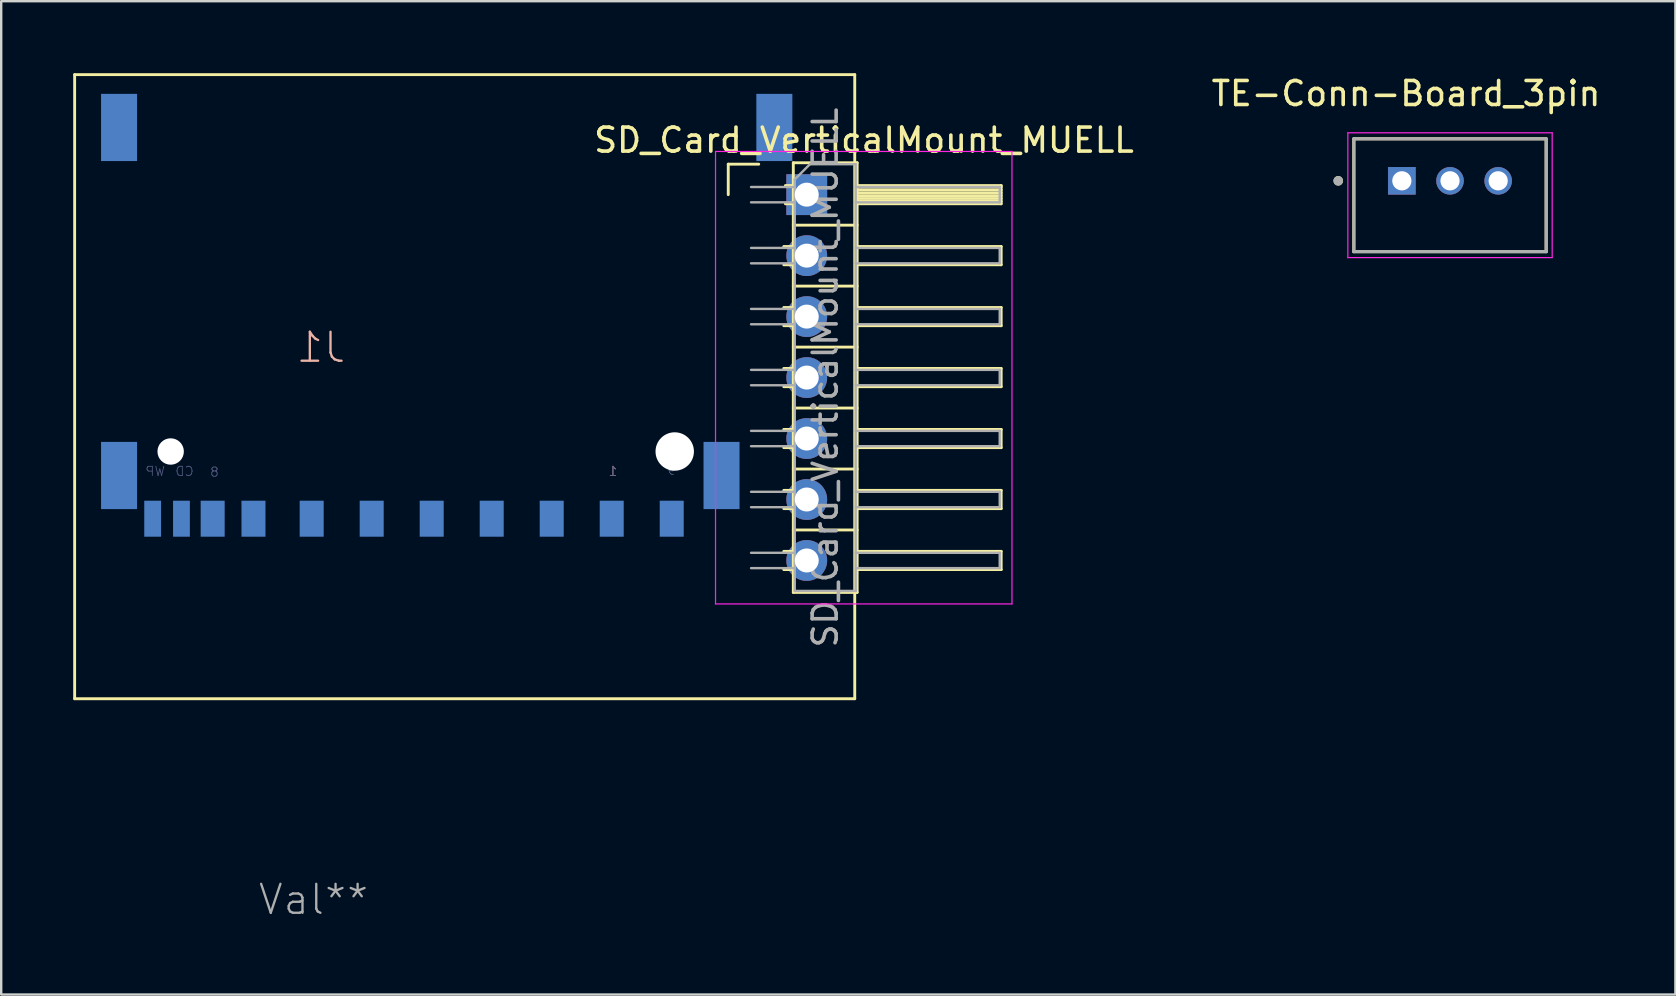
<source format=kicad_pcb>
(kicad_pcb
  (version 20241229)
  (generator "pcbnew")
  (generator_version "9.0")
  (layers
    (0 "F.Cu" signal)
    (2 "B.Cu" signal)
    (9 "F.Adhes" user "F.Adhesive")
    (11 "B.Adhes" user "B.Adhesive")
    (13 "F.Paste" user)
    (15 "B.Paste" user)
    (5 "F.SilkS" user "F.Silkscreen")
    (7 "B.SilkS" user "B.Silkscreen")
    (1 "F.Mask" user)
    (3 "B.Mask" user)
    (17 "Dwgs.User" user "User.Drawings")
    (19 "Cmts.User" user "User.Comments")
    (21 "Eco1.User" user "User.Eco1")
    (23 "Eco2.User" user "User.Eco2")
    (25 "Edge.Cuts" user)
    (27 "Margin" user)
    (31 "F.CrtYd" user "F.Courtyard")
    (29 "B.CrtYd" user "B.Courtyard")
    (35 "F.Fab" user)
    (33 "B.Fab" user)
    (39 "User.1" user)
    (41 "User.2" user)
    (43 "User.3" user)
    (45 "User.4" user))
  (footprint "SD_Card_VerticalMount_MUELL"
    (layer "F.Cu")
    (at 28.56 5.06)
    (property "Reference" "SD_Card_VerticalMount_MUELL" (at 4.385 -2.27 0) (layer "F.SilkS") (effects (font (size 1 1) (thickness 0.15))))
    (attr through_hole)
    (fp_line (start -28.5 -5) (end 4 -5) (stroke (width 0.12) (type solid)) (layer "F.SilkS"))
    (fp_line (start -28.5 21) (end -28.5 -5) (stroke (width 0.12) (type solid)) (layer "F.SilkS"))
    (fp_line (start -1.27 -1.27) (end 0 -1.27) (stroke (width 0.12) (type solid)) (layer "F.SilkS"))
    (fp_line (start -1.27 0) (end -1.27 -1.27) (stroke (width 0.12) (type solid)) (layer "F.SilkS"))
    (fp_line (start 1.043 2.16) (end 1.44 2.16) (stroke (width 0.12) (type solid)) (layer "F.SilkS"))
    (fp_line (start 1.043 2.92) (end 1.44 2.92) (stroke (width 0.12) (type solid)) (layer "F.SilkS"))
    (fp_line (start 1.043 4.7) (end 1.44 4.7) (stroke (width 0.12) (type solid)) (layer "F.SilkS"))
    (fp_line (start 1.043 5.46) (end 1.44 5.46) (stroke (width 0.12) (type solid)) (layer "F.SilkS"))
    (fp_line (start 1.043 7.24) (end 1.44 7.24) (stroke (width 0.12) (type solid)) (layer "F.SilkS"))
    (fp_line (start 1.043 8) (end 1.44 8) (stroke (width 0.12) (type solid)) (layer "F.SilkS"))
    (fp_line (start 1.043 9.78) (end 1.44 9.78) (stroke (width 0.12) (type solid)) (layer "F.SilkS"))
    (fp_line (start 1.043 10.54) (end 1.44 10.54) (stroke (width 0.12) (type solid)) (layer "F.SilkS"))
    (fp_line (start 1.043 12.32) (end 1.44 12.32) (stroke (width 0.12) (type solid)) (layer "F.SilkS"))
    (fp_line (start 1.043 13.08) (end 1.44 13.08) (stroke (width 0.12) (type solid)) (layer "F.SilkS"))
    (fp_line (start 1.043 14.86) (end 1.44 14.86) (stroke (width 0.12) (type solid)) (layer "F.SilkS"))
    (fp_line (start 1.043 15.62) (end 1.44 15.62) (stroke (width 0.12) (type solid)) (layer "F.SilkS"))
    (fp_line (start 1.11 -0.38) (end 1.44 -0.38) (stroke (width 0.12) (type solid)) (layer "F.SilkS"))
    (fp_line (start 1.11 0.38) (end 1.44 0.38) (stroke (width 0.12) (type solid)) (layer "F.SilkS"))
    (fp_line (start 1.44 -1.33) (end 1.44 16.57) (stroke (width 0.12) (type solid)) (layer "F.SilkS"))
    (fp_line (start 1.44 1.27) (end 4.1 1.27) (stroke (width 0.12) (type solid)) (layer "F.SilkS"))
    (fp_line (start 1.44 3.81) (end 4.1 3.81) (stroke (width 0.12) (type solid)) (layer "F.SilkS"))
    (fp_line (start 1.44 6.35) (end 4.1 6.35) (stroke (width 0.12) (type solid)) (layer "F.SilkS"))
    (fp_line (start 1.44 8.89) (end 4.1 8.89) (stroke (width 0.12) (type solid)) (layer "F.SilkS"))
    (fp_line (start 1.44 11.43) (end 4.1 11.43) (stroke (width 0.12) (type solid)) (layer "F.SilkS"))
    (fp_line (start 1.44 13.97) (end 4.1 13.97) (stroke (width 0.12) (type solid)) (layer "F.SilkS"))
    (fp_line (start 1.44 16.57) (end 4.1 16.57) (stroke (width 0.12) (type solid)) (layer "F.SilkS"))
    (fp_line (start 4 21) (end -28.5 21) (stroke (width 0.12) (type solid)) (layer "F.SilkS"))
    (fp_line (start 4 21) (end 4 -5) (stroke (width 0.12) (type solid)) (layer "F.SilkS"))
    (fp_line (start 4.1 -1.33) (end 1.44 -1.33) (stroke (width 0.12) (type solid)) (layer "F.SilkS"))
    (fp_line (start 4.1 -0.38) (end 10.1 -0.38) (stroke (width 0.12) (type solid)) (layer "F.SilkS"))
    (fp_line (start 4.1 -0.32) (end 10.1 -0.32) (stroke (width 0.12) (type solid)) (layer "F.SilkS"))
    (fp_line (start 4.1 -0.2) (end 10.1 -0.2) (stroke (width 0.12) (type solid)) (layer "F.SilkS"))
    (fp_line (start 4.1 -0.08) (end 10.1 -0.08) (stroke (width 0.12) (type solid)) (layer "F.SilkS"))
    (fp_line (start 4.1 0.04) (end 10.1 0.04) (stroke (width 0.12) (type solid)) (layer "F.SilkS"))
    (fp_line (start 4.1 0.16) (end 10.1 0.16) (stroke (width 0.12) (type solid)) (layer "F.SilkS"))
    (fp_line (start 4.1 0.28) (end 10.1 0.28) (stroke (width 0.12) (type solid)) (layer "F.SilkS"))
    (fp_line (start 4.1 2.16) (end 10.1 2.16) (stroke (width 0.12) (type solid)) (layer "F.SilkS"))
    (fp_line (start 4.1 4.7) (end 10.1 4.7) (stroke (width 0.12) (type solid)) (layer "F.SilkS"))
    (fp_line (start 4.1 7.24) (end 10.1 7.24) (stroke (width 0.12) (type solid)) (layer "F.SilkS"))
    (fp_line (start 4.1 9.78) (end 10.1 9.78) (stroke (width 0.12) (type solid)) (layer "F.SilkS"))
    (fp_line (start 4.1 12.32) (end 10.1 12.32) (stroke (width 0.12) (type solid)) (layer "F.SilkS"))
    (fp_line (start 4.1 14.86) (end 10.1 14.86) (stroke (width 0.12) (type solid)) (layer "F.SilkS"))
    (fp_line (start 4.1 16.57) (end 4.1 -1.33) (stroke (width 0.12) (type solid)) (layer "F.SilkS"))
    (fp_line (start 10.1 -0.38) (end 10.1 0.38) (stroke (width 0.12) (type solid)) (layer "F.SilkS"))
    (fp_line (start 10.1 0.38) (end 4.1 0.38) (stroke (width 0.12) (type solid)) (layer "F.SilkS"))
    (fp_line (start 10.1 2.16) (end 10.1 2.92) (stroke (width 0.12) (type solid)) (layer "F.SilkS"))
    (fp_line (start 10.1 2.92) (end 4.1 2.92) (stroke (width 0.12) (type solid)) (layer "F.SilkS"))
    (fp_line (start 10.1 4.7) (end 10.1 5.46) (stroke (width 0.12) (type solid)) (layer "F.SilkS"))
    (fp_line (start 10.1 5.46) (end 4.1 5.46) (stroke (width 0.12) (type solid)) (layer "F.SilkS"))
    (fp_line (start 10.1 7.24) (end 10.1 8) (stroke (width 0.12) (type solid)) (layer "F.SilkS"))
    (fp_line (start 10.1 8) (end 4.1 8) (stroke (width 0.12) (type solid)) (layer "F.SilkS"))
    (fp_line (start 10.1 9.78) (end 10.1 10.54) (stroke (width 0.12) (type solid)) (layer "F.SilkS"))
    (fp_line (start 10.1 10.54) (end 4.1 10.54) (stroke (width 0.12) (type solid)) (layer "F.SilkS"))
    (fp_line (start 10.1 12.32) (end 10.1 13.08) (stroke (width 0.12) (type solid)) (layer "F.SilkS"))
    (fp_line (start 10.1 13.08) (end 4.1 13.08) (stroke (width 0.12) (type solid)) (layer "F.SilkS"))
    (fp_line (start 10.1 14.86) (end 10.1 15.62) (stroke (width 0.12) (type solid)) (layer "F.SilkS"))
    (fp_line (start 10.1 15.62) (end 4.1 15.62) (stroke (width 0.12) (type solid)) (layer "F.SilkS"))
    (fp_line (start -1.8 -1.8) (end -1.8 17.05) (stroke (width 0.05) (type solid)) (layer "F.CrtYd"))
    (fp_line (start -1.8 17.05) (end 10.55 17.05) (stroke (width 0.05) (type solid)) (layer "F.CrtYd"))
    (fp_line (start 10.55 -1.8) (end -1.8 -1.8) (stroke (width 0.05) (type solid)) (layer "F.CrtYd"))
    (fp_line (start 10.55 17.05) (end 10.55 -1.8) (stroke (width 0.05) (type solid)) (layer "F.CrtYd"))
    (fp_line (start -0.32 -0.32) (end 1.5 -0.32) (stroke (width 0.1) (type solid)) (layer "F.Fab"))
    (fp_line (start -0.32 0.32) (end 1.5 0.32) (stroke (width 0.1) (type solid)) (layer "F.Fab"))
    (fp_line (start -0.32 2.22) (end 1.5 2.22) (stroke (width 0.1) (type solid)) (layer "F.Fab"))
    (fp_line (start -0.32 2.86) (end 1.5 2.86) (stroke (width 0.1) (type solid)) (layer "F.Fab"))
    (fp_line (start -0.32 4.76) (end 1.5 4.76) (stroke (width 0.1) (type solid)) (layer "F.Fab"))
    (fp_line (start -0.32 5.4) (end 1.5 5.4) (stroke (width 0.1) (type solid)) (layer "F.Fab"))
    (fp_line (start -0.32 7.3) (end 1.5 7.3) (stroke (width 0.1) (type solid)) (layer "F.Fab"))
    (fp_line (start -0.32 7.94) (end 1.5 7.94) (stroke (width 0.1) (type solid)) (layer "F.Fab"))
    (fp_line (start -0.32 9.84) (end 1.5 9.84) (stroke (width 0.1) (type solid)) (layer "F.Fab"))
    (fp_line (start -0.32 10.48) (end 1.5 10.48) (stroke (width 0.1) (type solid)) (layer "F.Fab"))
    (fp_line (start -0.32 12.38) (end 1.5 12.38) (stroke (width 0.1) (type solid)) (layer "F.Fab"))
    (fp_line (start -0.32 13.02) (end 1.5 13.02) (stroke (width 0.1) (type solid)) (layer "F.Fab"))
    (fp_line (start -0.32 14.92) (end 1.5 14.92) (stroke (width 0.1) (type solid)) (layer "F.Fab"))
    (fp_line (start -0.32 15.56) (end 1.5 15.56) (stroke (width 0.1) (type solid)) (layer "F.Fab"))
    (fp_line (start 1.5 -0.635) (end 2.135 -1.27) (stroke (width 0.1) (type solid)) (layer "F.Fab"))
    (fp_line (start 1.5 16.51) (end 1.5 -0.635) (stroke (width 0.1) (type solid)) (layer "F.Fab"))
    (fp_line (start 1.68 -0.32) (end 1.68 0.32) (stroke (width 0.1) (type solid)) (layer "F.Fab"))
    (fp_line (start 1.68 2.22) (end 1.68 2.86) (stroke (width 0.1) (type solid)) (layer "F.Fab"))
    (fp_line (start 1.68 4.76) (end 1.68 5.4) (stroke (width 0.1) (type solid)) (layer "F.Fab"))
    (fp_line (start 1.68 7.3) (end 1.68 7.94) (stroke (width 0.1) (type solid)) (layer "F.Fab"))
    (fp_line (start 1.68 9.84) (end 1.68 10.48) (stroke (width 0.1) (type solid)) (layer "F.Fab"))
    (fp_line (start 1.68 12.38) (end 1.68 13.02) (stroke (width 0.1) (type solid)) (layer "F.Fab"))
    (fp_line (start 1.68 14.92) (end 1.68 15.56) (stroke (width 0.1) (type solid)) (layer "F.Fab"))
    (fp_line (start 2.135 -1.27) (end 4.04 -1.27) (stroke (width 0.1) (type solid)) (layer "F.Fab"))
    (fp_line (start 4.04 -1.27) (end 4.04 16.51) (stroke (width 0.1) (type solid)) (layer "F.Fab"))
    (fp_line (start 4.04 -0.32) (end 10.04 -0.32) (stroke (width 0.1) (type solid)) (layer "F.Fab"))
    (fp_line (start 4.04 0.32) (end 10.04 0.32) (stroke (width 0.1) (type solid)) (layer "F.Fab"))
    (fp_line (start 4.04 2.22) (end 10.04 2.22) (stroke (width 0.1) (type solid)) (layer "F.Fab"))
    (fp_line (start 4.04 2.86) (end 10.04 2.86) (stroke (width 0.1) (type solid)) (layer "F.Fab"))
    (fp_line (start 4.04 4.76) (end 10.04 4.76) (stroke (width 0.1) (type solid)) (layer "F.Fab"))
    (fp_line (start 4.04 5.4) (end 10.04 5.4) (stroke (width 0.1) (type solid)) (layer "F.Fab"))
    (fp_line (start 4.04 7.3) (end 10.04 7.3) (stroke (width 0.1) (type solid)) (layer "F.Fab"))
    (fp_line (start 4.04 7.94) (end 10.04 7.94) (stroke (width 0.1) (type solid)) (layer "F.Fab"))
    (fp_line (start 4.04 9.84) (end 10.04 9.84) (stroke (width 0.1) (type solid)) (layer "F.Fab"))
    (fp_line (start 4.04 10.48) (end 10.04 10.48) (stroke (width 0.1) (type solid)) (layer "F.Fab"))
    (fp_line (start 4.04 12.38) (end 10.04 12.38) (stroke (width 0.1) (type solid)) (layer "F.Fab"))
    (fp_line (start 4.04 13.02) (end 10.04 13.02) (stroke (width 0.1) (type solid)) (layer "F.Fab"))
    (fp_line (start 4.04 14.92) (end 10.04 14.92) (stroke (width 0.1) (type solid)) (layer "F.Fab"))
    (fp_line (start 4.04 15.56) (end 10.04 15.56) (stroke (width 0.1) (type solid)) (layer "F.Fab"))
    (fp_line (start 4.04 16.51) (end 1.5 16.51) (stroke (width 0.1) (type solid)) (layer "F.Fab"))
    (fp_line (start 10.04 -0.32) (end 10.04 0.32) (stroke (width 0.1) (type solid)) (layer "F.Fab"))
    (fp_line (start 10.04 2.22) (end 10.04 2.86) (stroke (width 0.1) (type solid)) (layer "F.Fab"))
    (fp_line (start 10.04 4.76) (end 10.04 5.4) (stroke (width 0.1) (type solid)) (layer "F.Fab"))
    (fp_line (start 10.04 7.3) (end 10.04 7.94) (stroke (width 0.1) (type solid)) (layer "F.Fab"))
    (fp_line (start 10.04 9.84) (end 10.04 10.48) (stroke (width 0.1) (type solid)) (layer "F.Fab"))
    (fp_line (start 10.04 12.38) (end 10.04 13.02) (stroke (width 0.1) (type solid)) (layer "F.Fab"))
    (fp_line (start 10.04 14.92) (end 10.04 15.56) (stroke (width 0.1) (type solid)) (layer "F.Fab"))
    (fp_text user "J1" (at -19.34 7.07 0) (layer "B.SilkS") (effects (font (size 1.206 1.206) (thickness 0.097)) (justify right bottom mirror)))
    (fp_text user "1" (at -6.28 11.75 0) (layer "B.SilkS") (effects (font (size 0.386 0.386) (thickness 0.033)) (justify right bottom mirror)))
    (fp_text user "9" (at -3.83 11.7 0) (layer "B.Fab") (effects (font (size 0.386 0.386) (thickness 0.033)) (justify right bottom mirror)))
    (fp_text user "1" (at -6.28 11.75 0) (layer "B.Fab") (effects (font (size 0.386 0.386) (thickness 0.033)) (justify right bottom mirror)))
    (fp_text user "WP" (at -25.58 11.75 0) (layer "B.Fab") (effects (font (size 0.386 0.386) (thickness 0.033)) (justify right bottom mirror)))
    (fp_text user "8" (at -22.88 11.78 0) (layer "B.Fab") (effects (font (size 0.386 0.386) (thickness 0.033)) (justify right bottom mirror)))
    (fp_text user "CD" (at -24.33 11.75 0) (layer "B.Fab") (effects (font (size 0.386 0.386) (thickness 0.033)) (justify right bottom mirror)))
    (fp_text user "Val**" (at -20.91 30.07 0) (layer "F.Fab") (effects (font (size 1.206 1.206) (thickness 0.097)) (justify left bottom)))
    (fp_text user "${REFERENCE}" (at 2.77 7.62 90) (layer "F.Fab") (effects (font (size 1 1) (thickness 0.15))))
    (pad "" np_thru_hole circle (at -24.5 10.7) (size 1.1 1.1) (drill 1.1) (layers "*.Cu" "*.Mask"))
    (pad "" np_thru_hole circle (at -3.5 10.7) (size 1.6 1.6) (drill 1.6) (layers "*.Cu" "*.Mask"))
    (pad "1" thru_hole rect (at 2 0) (size 1.7 1.7) (drill 1) (layers "*.Cu" "*.Mask"))
    (pad "2" thru_hole oval (at 2 2.54) (size 1.7 1.7) (drill 1) (layers "*.Cu" "*.Mask"))
    (pad "3" thru_hole oval (at 2 5.08) (size 1.7 1.7) (drill 1) (layers "*.Cu" "*.Mask"))
    (pad "4" thru_hole oval (at 2 7.62) (size 1.7 1.7) (drill 1) (layers "*.Cu" "*.Mask"))
    (pad "5" thru_hole oval (at 2 10.16) (size 1.7 1.7) (drill 1) (layers "*.Cu" "*.Mask"))
    (pad "6" thru_hole oval (at 2 12.7) (size 1.7 1.7) (drill 1) (layers "*.Cu" "*.Mask"))
    (pad "7" thru_hole oval (at 2 15.24) (size 1.7 1.7) (drill 1) (layers "*.Cu" "*.Mask"))
    (pad "CD" smd rect (at -24.05 13.5) (size 0.7 1.5) (layers "B.Cu" "B.Mask" "B.Paste"))
    (pad "GND" smd rect (at -26.65 -2.8) (size 1.5 2.8) (layers "B.Cu" "B.Mask" "B.Paste"))
    (pad "GND" smd rect (at -26.65 11.7) (size 1.5 2.8) (layers "B.Cu" "B.Mask" "B.Paste"))
    (pad "GND" smd rect (at -1.55 11.7) (size 1.5 2.8) (layers "B.Cu" "B.Mask" "B.Paste"))
    (pad "GND" smd rect (at 0.65 -2.8) (size 1.5 2.8) (layers "B.Cu" "B.Mask" "B.Paste"))
    (pad "SD1" smd rect (at -6.125 13.5) (size 1 1.5) (layers "B.Cu" "B.Mask" "B.Paste"))
    (pad "SD2" smd rect (at -8.625 13.5) (size 1 1.5) (layers "B.Cu" "B.Mask" "B.Paste"))
    (pad "SD3" smd rect (at -11.125 13.5) (size 1 1.5) (layers "B.Cu" "B.Mask" "B.Paste"))
    (pad "SD4" smd rect (at -13.625 13.5) (size 1 1.5) (layers "B.Cu" "B.Mask" "B.Paste"))
    (pad "SD5" smd rect (at -16.125 13.5) (size 1 1.5) (layers "B.Cu" "B.Mask" "B.Paste"))
    (pad "SD6" smd rect (at -18.625 13.5) (size 1 1.5) (layers "B.Cu" "B.Mask" "B.Paste"))
    (pad "SD7" smd rect (at -21.05 13.5) (size 1 1.5) (layers "B.Cu" "B.Mask" "B.Paste"))
    (pad "SD8" smd rect (at -22.75 13.5) (size 1 1.5) (layers "B.Cu" "B.Mask" "B.Paste"))
    (pad "SD9" smd rect (at -3.625 13.5) (size 1 1.5) (layers "B.Cu" "B.Mask" "B.Paste"))
    (pad "WP" smd rect (at -25.25 13.5) (size 0.7 1.5) (layers "B.Cu" "B.Mask" "B.Paste")))
  (footprint "TE-Conn-Board_3pin"
    (layer "F.Cu")
    (at 55.353 4.483)
    (property "Reference" "TE-Conn-Board_3pin" (at 0.175 -3.635 0) (layer "F.SilkS") (effects (font (size 1 1) (thickness 0.15))))
    (attr through_hole)
    (fp_line (start -2 2.95) (end -2 -1.75) (stroke (width 0.127) (type solid)) (layer "F.SilkS"))
    (fp_line (start 6.013 -1.75) (end -2 -1.75) (stroke (width 0.127) (type solid)) (layer "F.SilkS"))
    (fp_line (start 6.013 -1.75) (end 6.013 2.95) (stroke (width 0.127) (type solid)) (layer "F.SilkS"))
    (fp_line (start 6.013 2.95) (end -2 2.95) (stroke (width 0.127) (type solid)) (layer "F.SilkS"))
    (fp_circle (center -2.65 0) (end -2.55 0) (stroke (width 0.2) (type solid)) (fill no) (layer "F.SilkS"))
    (fp_line (start -2.25 -2) (end 6.263 -2) (stroke (width 0.05) (type solid)) (layer "F.CrtYd"))
    (fp_line (start -2.25 3.2) (end -2.25 -2) (stroke (width 0.05) (type solid)) (layer "F.CrtYd"))
    (fp_line (start 6.263 -2) (end 6.263 3.2) (stroke (width 0.05) (type solid)) (layer "F.CrtYd"))
    (fp_line (start 6.263 3.2) (end -2.25 3.2) (stroke (width 0.05) (type solid)) (layer "F.CrtYd"))
    (fp_line (start -2 -1.75) (end 6.013 -1.75) (stroke (width 0.127) (type solid)) (layer "F.Fab"))
    (fp_line (start -2 2.95) (end -2 -1.75) (stroke (width 0.127) (type solid)) (layer "F.Fab"))
    (fp_line (start -2 2.95) (end -2 2.95) (stroke (width 0.127) (type solid)) (layer "F.Fab"))
    (fp_line (start -2 2.95) (end 6.013 2.95) (stroke (width 0.127) (type solid)) (layer "F.Fab"))
    (fp_line (start 6.013 -1.75) (end 6.013 2.95) (stroke (width 0.127) (type solid)) (layer "F.Fab"))
    (fp_line (start 6.013 2.95) (end -2 2.95) (stroke (width 0.127) (type solid)) (layer "F.Fab"))
    (fp_line (start 6.013 2.95) (end 6.013 2.95) (stroke (width 0.127) (type solid)) (layer "F.Fab"))
    (fp_circle (center -2.65 0) (end -2.55 0) (stroke (width 0.2) (type solid)) (fill no) (layer "F.Fab"))
    (pad "1" thru_hole rect (at 0 0) (size 1.15 1.15) (drill 0.8) (layers "*.Cu" "*.Mask"))
    (pad "2" thru_hole circle (at 2.007 0) (size 1.15 1.15) (drill 0.8) (layers "*.Cu" "*.Mask"))
    (pad "3" thru_hole circle (at 4.013 0) (size 1.15 1.15) (drill 0.8) (layers "*.Cu" "*.Mask")))
  (gr_rect
    (start -3 -3)
    (end 66.749 38.384)
    (stroke (width 0.1) (type default))
    (fill no)
    (layer "Edge.Cuts")))
</source>
